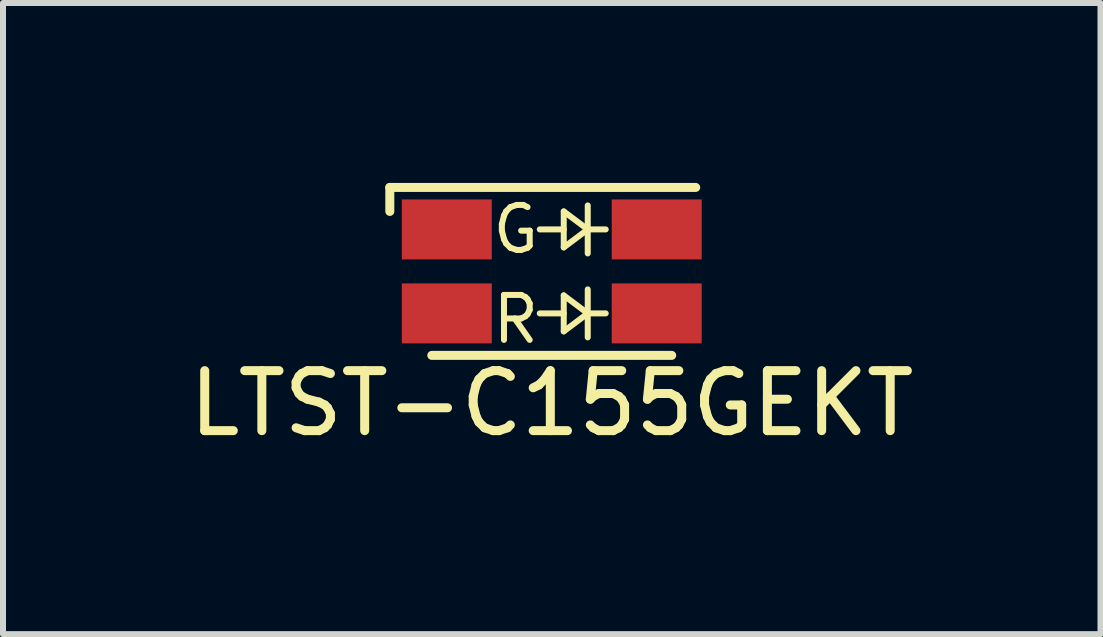
<source format=kicad_pcb>
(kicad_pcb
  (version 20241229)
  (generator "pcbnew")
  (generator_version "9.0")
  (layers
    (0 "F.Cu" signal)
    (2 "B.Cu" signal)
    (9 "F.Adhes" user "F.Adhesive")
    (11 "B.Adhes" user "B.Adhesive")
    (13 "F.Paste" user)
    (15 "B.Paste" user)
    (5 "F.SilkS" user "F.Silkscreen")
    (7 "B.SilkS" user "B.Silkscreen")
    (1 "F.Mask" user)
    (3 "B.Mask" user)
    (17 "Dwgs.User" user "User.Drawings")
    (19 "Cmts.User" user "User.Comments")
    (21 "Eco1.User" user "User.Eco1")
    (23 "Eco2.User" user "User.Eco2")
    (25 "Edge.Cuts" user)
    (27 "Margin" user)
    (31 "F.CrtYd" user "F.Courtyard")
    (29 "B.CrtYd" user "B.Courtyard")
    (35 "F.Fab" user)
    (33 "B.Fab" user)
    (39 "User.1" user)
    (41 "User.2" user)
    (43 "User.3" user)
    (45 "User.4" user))
  (footprint "LTST-C155GEKT"
    (layer "F.Cu")
    (at 6.149 1.475)
    (property "Reference" "LTST-C155GEKT" (at 0 2.2 0) (layer "F.SilkS") (effects (font (size 1 1) (thickness 0.15))))
    (attr through_hole)
    (fp_line (start -2.7 -1.4) (end 2.4 -1.4) (stroke (width 0.15) (type solid)) (layer "F.SilkS"))
    (fp_line (start -2.7 -1) (end -2.7 -1.4) (stroke (width 0.15) (type solid)) (layer "F.SilkS"))
    (fp_line (start -2 1.4) (end 2 1.4) (stroke (width 0.15) (type solid)) (layer "F.SilkS"))
    (fp_line (start -0.2 -0.7) (end 0.2 -0.7) (stroke (width 0.1) (type solid)) (layer "F.SilkS"))
    (fp_line (start -0.2 0.7) (end 0.2 0.7) (stroke (width 0.1) (type solid)) (layer "F.SilkS"))
    (fp_line (start 0.2 -1) (end 0.2 -0.4) (stroke (width 0.1) (type solid)) (layer "F.SilkS"))
    (fp_line (start 0.2 -1) (end 0.6 -0.7) (stroke (width 0.1) (type solid)) (layer "F.SilkS"))
    (fp_line (start 0.2 0.4) (end 0.2 1) (stroke (width 0.1) (type solid)) (layer "F.SilkS"))
    (fp_line (start 0.2 0.4) (end 0.6 0.7) (stroke (width 0.1) (type solid)) (layer "F.SilkS"))
    (fp_line (start 0.6 -1.1) (end 0.6 -0.3) (stroke (width 0.1) (type solid)) (layer "F.SilkS"))
    (fp_line (start 0.6 -0.7) (end 0.2 -0.4) (stroke (width 0.1) (type solid)) (layer "F.SilkS"))
    (fp_line (start 0.6 -0.7) (end 0.9 -0.7) (stroke (width 0.1) (type solid)) (layer "F.SilkS"))
    (fp_line (start 0.6 0.3) (end 0.6 1.1) (stroke (width 0.1) (type solid)) (layer "F.SilkS"))
    (fp_line (start 0.6 0.7) (end 0.2 1) (stroke (width 0.1) (type solid)) (layer "F.SilkS"))
    (fp_line (start 0.6 0.7) (end 0.9 0.7) (stroke (width 0.1) (type solid)) (layer "F.SilkS"))
    (fp_text user "G" (at -0.6 -0.7 0) (layer "F.SilkS") (effects (font (size 0.75 0.75) (thickness 0.1))))
    (fp_text user "R" (at -0.6 0.8 0) (layer "F.SilkS") (effects (font (size 0.75 0.75) (thickness 0.1))))
    (pad "1" smd rect (at -1.75 -0.7) (size 1.5 1) (layers "F.Cu" "F.Mask" "F.Paste"))
    (pad "2" smd rect (at -1.75 0.7) (size 1.5 1) (layers "F.Cu" "F.Mask" "F.Paste"))
    (pad "3" smd rect (at 1.75 -0.7) (size 1.5 1) (layers "F.Cu" "F.Mask" "F.Paste"))
    (pad "4" smd rect (at 1.75 0.7) (size 1.5 1) (layers "F.Cu" "F.Mask" "F.Paste")))
  (gr_rect
    (start -3 -3)
    (end 15.298 7.523)
    (stroke (width 0.1) (type default))
    (fill no)
    (layer "Edge.Cuts")))
</source>
